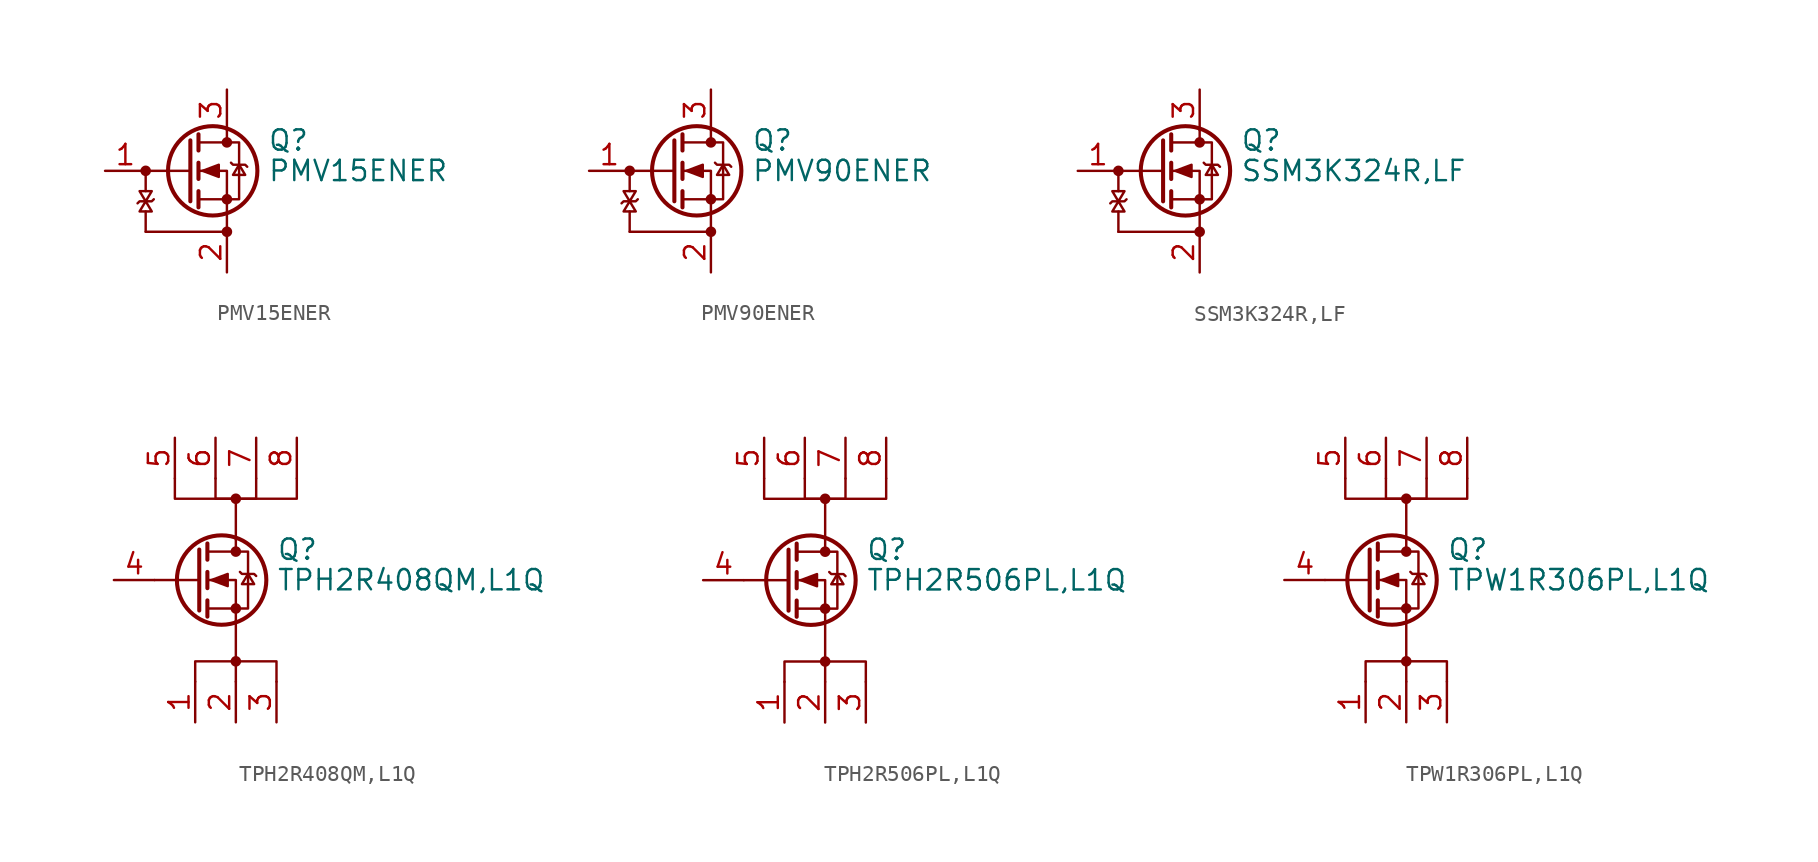
<source format=kicad_sym>
(kicad_symbol_lib
  (version 20220914)
  (generator kicad_symbol_editor)
  (symbol "PMV15ENER"
    (pin_names hide)
    (property "Reference" "Q"
      (at 5.08 1.905 0)
      (effects (font (size 1.27 1.27)) (justify left)))
    (property "Value" "PMV15ENER"
      (at 5.08 0 0)
      (effects (font (size 1.27 1.27)) (justify left)))
    (symbol "PMV15ENER_0_1"
      (circle (center -2.54 0) (radius 0.254) (stroke (width 0) (type default)) (fill (type outline)))
      (polyline (pts (xy -2.54 -3.81) (xy -2.54 -2.54)) (stroke (width 0) (type default)) (fill (type none)))
      (polyline (pts (xy -2.54 -3.81) (xy 2.54 -3.81)) (stroke (width 0) (type default)) (fill (type none)))
      (polyline (pts (xy -2.54 0) (xy -2.54 -1.27)) (stroke (width 0) (type default)) (fill (type none)))
      (polyline (pts (xy 0.254 0) (xy -2.54 0)) (stroke (width 0) (type default)) (fill (type none)))
      (polyline (pts (xy 0.254 1.905) (xy 0.254 -1.905)) (stroke (width 0.254) (type default)) (fill (type none)))
      (polyline (pts (xy 0.762 -1.27) (xy 0.762 -2.286)) (stroke (width 0.254) (type default)) (fill (type none)))
      (polyline (pts (xy 0.762 0.508) (xy 0.762 -0.508)) (stroke (width 0.254) (type default)) (fill (type none)))
      (polyline (pts (xy 0.762 2.286) (xy 0.762 1.27)) (stroke (width 0.254) (type default)) (fill (type none)))
      (polyline (pts (xy 2.54 2.54) (xy 2.54 1.778)) (stroke (width 0) (type default)) (fill (type none)))
      (polyline (pts (xy 2.54 -3.81) (xy 2.54 0) (xy 0.762 0)) (stroke (width 0) (type default)) (fill (type none)))
      (polyline (pts (xy -2.54 -1.905) (xy -2.921 -1.27) (xy -2.159 -1.27) (xy -2.54 -1.905)) (stroke (width 0) (type default)) (fill (type none)))
      (polyline (pts (xy -2.54 -1.905) (xy -2.159 -2.54) (xy -2.921 -2.54) (xy -2.54 -1.905)) (stroke (width 0) (type default)) (fill (type none)))
      (polyline (pts (xy -2.032 -1.778) (xy -2.159 -1.905) (xy -2.921 -1.905) (xy -3.048 -2.032)) (stroke (width 0) (type default)) (fill (type none)))
      (polyline (pts (xy 0.762 -1.778) (xy 3.302 -1.778) (xy 3.302 1.778) (xy 0.762 1.778)) (stroke (width 0) (type default)) (fill (type none)))
      (polyline (pts (xy 1.016 0) (xy 2.032 0.381) (xy 2.032 -0.381) (xy 1.016 0)) (stroke (width 0) (type default)) (fill (type outline)))
      (polyline (pts (xy 2.794 0.508) (xy 2.921 0.381) (xy 3.683 0.381) (xy 3.81 0.254)) (stroke (width 0) (type default)) (fill (type none)))
      (polyline (pts (xy 3.302 0.381) (xy 2.921 -0.254) (xy 3.683 -0.254) (xy 3.302 0.381)) (stroke (width 0) (type default)) (fill (type none)))
      (circle (center 1.651 0) (radius 2.794) (stroke (width 0.254) (type default)) (fill (type none)))
      (circle (center 2.54 -3.81) (radius 0.254) (stroke (width 0) (type default)) (fill (type outline)))
      (circle (center 2.54 -1.778) (radius 0.254) (stroke (width 0) (type default)) (fill (type outline)))
      (circle (center 2.54 1.778) (radius 0.254) (stroke (width 0) (type default)) (fill (type outline))))
    (symbol "PMV15ENER_1_1"
      (pin input line (at -5.08 0 0) (length 2.54) (name "G" (effects (font (size 1.27 1.27)))) (number "1" (effects (font (size 1.27 1.27)))))
      (pin passive line (at 2.54 -6.35 90) (length 2.54) (name "S" (effects (font (size 1.27 1.27)))) (number "2" (effects (font (size 1.27 1.27)))))
      (pin passive line (at 2.54 5.08 270) (length 2.54) (name "D" (effects (font (size 1.27 1.27)))) (number "3" (effects (font (size 1.27 1.27)))))))
  (symbol "PMV90ENER"
    (pin_names hide)
    (property "Reference" "Q"
      (at 5.08 1.905 0)
      (effects (font (size 1.27 1.27)) (justify left)))
    (property "Value" "PMV90ENER"
      (at 5.08 0 0)
      (effects (font (size 1.27 1.27)) (justify left)))
    (symbol "PMV90ENER_0_1"
      (circle (center -2.54 0) (radius 0.254) (stroke (width 0) (type default)) (fill (type outline)))
      (polyline (pts (xy -2.54 -3.81) (xy -2.54 -2.54)) (stroke (width 0) (type default)) (fill (type none)))
      (polyline (pts (xy -2.54 -3.81) (xy 2.54 -3.81)) (stroke (width 0) (type default)) (fill (type none)))
      (polyline (pts (xy -2.54 0) (xy -2.54 -1.27)) (stroke (width 0) (type default)) (fill (type none)))
      (polyline (pts (xy 0.254 0) (xy -2.54 0)) (stroke (width 0) (type default)) (fill (type none)))
      (polyline (pts (xy 0.254 1.905) (xy 0.254 -1.905)) (stroke (width 0.254) (type default)) (fill (type none)))
      (polyline (pts (xy 0.762 -1.27) (xy 0.762 -2.286)) (stroke (width 0.254) (type default)) (fill (type none)))
      (polyline (pts (xy 0.762 0.508) (xy 0.762 -0.508)) (stroke (width 0.254) (type default)) (fill (type none)))
      (polyline (pts (xy 0.762 2.286) (xy 0.762 1.27)) (stroke (width 0.254) (type default)) (fill (type none)))
      (polyline (pts (xy 2.54 2.54) (xy 2.54 1.778)) (stroke (width 0) (type default)) (fill (type none)))
      (polyline (pts (xy 2.54 -3.81) (xy 2.54 0) (xy 0.762 0)) (stroke (width 0) (type default)) (fill (type none)))
      (polyline (pts (xy -2.54 -1.905) (xy -2.921 -1.27) (xy -2.159 -1.27) (xy -2.54 -1.905)) (stroke (width 0) (type default)) (fill (type none)))
      (polyline (pts (xy -2.54 -1.905) (xy -2.159 -2.54) (xy -2.921 -2.54) (xy -2.54 -1.905)) (stroke (width 0) (type default)) (fill (type none)))
      (polyline (pts (xy -2.032 -1.778) (xy -2.159 -1.905) (xy -2.921 -1.905) (xy -3.048 -2.032)) (stroke (width 0) (type default)) (fill (type none)))
      (polyline (pts (xy 0.762 -1.778) (xy 3.302 -1.778) (xy 3.302 1.778) (xy 0.762 1.778)) (stroke (width 0) (type default)) (fill (type none)))
      (polyline (pts (xy 1.016 0) (xy 2.032 0.381) (xy 2.032 -0.381) (xy 1.016 0)) (stroke (width 0) (type default)) (fill (type outline)))
      (polyline (pts (xy 2.794 0.508) (xy 2.921 0.381) (xy 3.683 0.381) (xy 3.81 0.254)) (stroke (width 0) (type default)) (fill (type none)))
      (polyline (pts (xy 3.302 0.381) (xy 2.921 -0.254) (xy 3.683 -0.254) (xy 3.302 0.381)) (stroke (width 0) (type default)) (fill (type none)))
      (circle (center 1.651 0) (radius 2.794) (stroke (width 0.254) (type default)) (fill (type none)))
      (circle (center 2.54 -3.81) (radius 0.254) (stroke (width 0) (type default)) (fill (type outline)))
      (circle (center 2.54 -1.778) (radius 0.254) (stroke (width 0) (type default)) (fill (type outline)))
      (circle (center 2.54 1.778) (radius 0.254) (stroke (width 0) (type default)) (fill (type outline))))
    (symbol "PMV90ENER_1_1"
      (pin input line (at -5.08 0 0) (length 2.54) (name "G" (effects (font (size 1.27 1.27)))) (number "1" (effects (font (size 1.27 1.27)))))
      (pin passive line (at 2.54 -6.35 90) (length 2.54) (name "S" (effects (font (size 1.27 1.27)))) (number "2" (effects (font (size 1.27 1.27)))))
      (pin passive line (at 2.54 5.08 270) (length 2.54) (name "D" (effects (font (size 1.27 1.27)))) (number "3" (effects (font (size 1.27 1.27)))))))
  (symbol "SSM3K324R,LF"
    (pin_names hide)
    (property "Reference" "Q"
      (at 5.08 1.905 0)
      (effects (font (size 1.27 1.27)) (justify left)))
    (property "Value" "SSM3K324R,LF"
      (at 5.08 0 0)
      (effects (font (size 1.27 1.27)) (justify left)))
    (symbol "SSM3K324R,LF_0_1"
      (circle (center -2.54 0) (radius 0.254) (stroke (width 0) (type default)) (fill (type outline)))
      (polyline (pts (xy -2.54 -3.81) (xy -2.54 -2.54)) (stroke (width 0) (type default)) (fill (type none)))
      (polyline (pts (xy -2.54 -3.81) (xy 2.54 -3.81)) (stroke (width 0) (type default)) (fill (type none)))
      (polyline (pts (xy -2.54 0) (xy -2.54 -1.27)) (stroke (width 0) (type default)) (fill (type none)))
      (polyline (pts (xy 0.254 0) (xy -2.54 0)) (stroke (width 0) (type default)) (fill (type none)))
      (polyline (pts (xy 0.254 1.905) (xy 0.254 -1.905)) (stroke (width 0.254) (type default)) (fill (type none)))
      (polyline (pts (xy 0.762 -1.27) (xy 0.762 -2.286)) (stroke (width 0.254) (type default)) (fill (type none)))
      (polyline (pts (xy 0.762 0.508) (xy 0.762 -0.508)) (stroke (width 0.254) (type default)) (fill (type none)))
      (polyline (pts (xy 0.762 2.286) (xy 0.762 1.27)) (stroke (width 0.254) (type default)) (fill (type none)))
      (polyline (pts (xy 2.54 2.54) (xy 2.54 1.778)) (stroke (width 0) (type default)) (fill (type none)))
      (polyline (pts (xy 2.54 -3.81) (xy 2.54 0) (xy 0.762 0)) (stroke (width 0) (type default)) (fill (type none)))
      (polyline (pts (xy -2.54 -1.905) (xy -2.921 -1.27) (xy -2.159 -1.27) (xy -2.54 -1.905)) (stroke (width 0) (type default)) (fill (type none)))
      (polyline (pts (xy -2.54 -1.905) (xy -2.159 -2.54) (xy -2.921 -2.54) (xy -2.54 -1.905)) (stroke (width 0) (type default)) (fill (type none)))
      (polyline (pts (xy -2.032 -1.778) (xy -2.159 -1.905) (xy -2.921 -1.905) (xy -3.048 -2.032)) (stroke (width 0) (type default)) (fill (type none)))
      (polyline (pts (xy 0.762 -1.778) (xy 3.302 -1.778) (xy 3.302 1.778) (xy 0.762 1.778)) (stroke (width 0) (type default)) (fill (type none)))
      (polyline (pts (xy 1.016 0) (xy 2.032 0.381) (xy 2.032 -0.381) (xy 1.016 0)) (stroke (width 0) (type default)) (fill (type outline)))
      (polyline (pts (xy 2.794 0.508) (xy 2.921 0.381) (xy 3.683 0.381) (xy 3.81 0.254)) (stroke (width 0) (type default)) (fill (type none)))
      (polyline (pts (xy 3.302 0.381) (xy 2.921 -0.254) (xy 3.683 -0.254) (xy 3.302 0.381)) (stroke (width 0) (type default)) (fill (type none)))
      (circle (center 1.651 0) (radius 2.794) (stroke (width 0.254) (type default)) (fill (type none)))
      (circle (center 2.54 -3.81) (radius 0.254) (stroke (width 0) (type default)) (fill (type outline)))
      (circle (center 2.54 -1.778) (radius 0.254) (stroke (width 0) (type default)) (fill (type outline)))
      (circle (center 2.54 1.778) (radius 0.254) (stroke (width 0) (type default)) (fill (type outline))))
    (symbol "SSM3K324R,LF_1_1"
      (pin input line (at -5.08 0 0) (length 2.54) (name "G" (effects (font (size 1.27 1.27)))) (number "1" (effects (font (size 1.27 1.27)))))
      (pin passive line (at 2.54 -6.35 90) (length 2.54) (name "S" (effects (font (size 1.27 1.27)))) (number "2" (effects (font (size 1.27 1.27)))))
      (pin passive line (at 2.54 5.08 270) (length 2.54) (name "D" (effects (font (size 1.27 1.27)))) (number "3" (effects (font (size 1.27 1.27)))))))
  (symbol "TPH2R408QM,L1Q"
    (pin_names hide)
    (property "Reference" "Q"
      (at 5.08 1.905 0)
      (effects (font (size 1.27 1.27)) (justify left)))
    (property "Value" "TPH2R408QM,L1Q"
      (at 5.08 0 0)
      (effects (font (size 1.27 1.27)) (justify left)))
    (symbol "TPH2R408QM,L1Q_0_1"
      (polyline (pts (xy 0.254 0) (xy -2.54 0)) (stroke (width 0) (type default)) (fill (type none)))
      (polyline (pts (xy 0.254 1.905) (xy 0.254 -1.905)) (stroke (width 0.254) (type default)) (fill (type none)))
      (polyline (pts (xy 0.762 -1.27) (xy 0.762 -2.286)) (stroke (width 0.254) (type default)) (fill (type none)))
      (polyline (pts (xy 0.762 0.508) (xy 0.762 -0.508)) (stroke (width 0.254) (type default)) (fill (type none)))
      (polyline (pts (xy 0.762 2.286) (xy 0.762 1.27)) (stroke (width 0.254) (type default)) (fill (type none)))
      (polyline (pts (xy 2.54 -6.35) (xy 2.54 -2.54)) (stroke (width 0) (type default)) (fill (type none)))
      (polyline (pts (xy 2.54 2.54) (xy 2.54 1.778)) (stroke (width 0) (type default)) (fill (type none)))
      (polyline (pts (xy 2.54 2.54) (xy 2.54 5.08)) (stroke (width 0) (type default)) (fill (type none)))
      (polyline (pts (xy 2.54 -2.54) (xy 2.54 0) (xy 0.762 0)) (stroke (width 0) (type default)) (fill (type none)))
      (polyline (pts (xy -1.27 6.35) (xy -1.27 5.08) (xy 3.81 5.08) (xy 3.81 6.35)) (stroke (width 0) (type default)) (fill (type none)))
      (polyline (pts (xy 0.762 -1.778) (xy 3.302 -1.778) (xy 3.302 1.778) (xy 0.762 1.778)) (stroke (width 0) (type default)) (fill (type none)))
      (polyline (pts (xy 1.016 0) (xy 2.032 0.381) (xy 2.032 -0.381) (xy 1.016 0)) (stroke (width 0) (type default)) (fill (type outline)))
      (polyline (pts (xy 1.27 6.35) (xy 1.27 5.08) (xy 6.35 5.08) (xy 6.35 6.35)) (stroke (width 0) (type default)) (fill (type none)))
      (polyline (pts (xy 2.794 0.508) (xy 2.921 0.381) (xy 3.683 0.381) (xy 3.81 0.254)) (stroke (width 0) (type default)) (fill (type none)))
      (polyline (pts (xy 3.302 0.381) (xy 2.921 -0.254) (xy 3.683 -0.254) (xy 3.302 0.381)) (stroke (width 0) (type default)) (fill (type none)))
      (polyline (pts (xy 5.08 -6.35) (xy 5.08 -5.08) (xy 0 -5.08) (xy 0 -6.35)) (stroke (width 0) (type default)) (fill (type none)))
      (circle (center 1.651 0) (radius 2.794) (stroke (width 0.254) (type default)) (fill (type none)))
      (circle (center 2.54 -5.08) (radius 0.254) (stroke (width 0) (type default)) (fill (type outline)))
      (circle (center 2.54 -1.778) (radius 0.254) (stroke (width 0) (type default)) (fill (type outline)))
      (circle (center 2.54 1.778) (radius 0.254) (stroke (width 0) (type default)) (fill (type outline)))
      (circle (center 2.54 5.08) (radius 0.254) (stroke (width 0) (type default)) (fill (type outline))))
    (symbol "TPH2R408QM,L1Q_1_1"
      (pin passive line (at 0 -8.89 90) (length 2.54) (name "S" (effects (font (size 1.27 1.27)))) (number "1" (effects (font (size 1.27 1.27)))))
      (pin passive line (at 2.54 -8.89 90) (length 2.54) (name "S" (effects (font (size 1.27 1.27)))) (number "2" (effects (font (size 1.27 1.27)))))
      (pin passive line (at 5.08 -8.89 90) (length 2.54) (name "S" (effects (font (size 1.27 1.27)))) (number "3" (effects (font (size 1.27 1.27)))))
      (pin input line (at -5.08 0 0) (length 2.54) (name "G" (effects (font (size 1.27 1.27)))) (number "4" (effects (font (size 1.27 1.27)))))
      (pin passive line (at -1.27 8.89 270) (length 2.54) (name "D" (effects (font (size 1.27 1.27)))) (number "5" (effects (font (size 1.27 1.27)))))
      (pin passive line (at 1.27 8.89 270) (length 2.54) (name "D" (effects (font (size 1.27 1.27)))) (number "6" (effects (font (size 1.27 1.27)))))
      (pin passive line (at 3.81 8.89 270) (length 2.54) (name "D" (effects (font (size 1.27 1.27)))) (number "7" (effects (font (size 1.27 1.27)))))
      (pin passive line (at 6.35 8.89 270) (length 2.54) (name "D" (effects (font (size 1.27 1.27)))) (number "8" (effects (font (size 1.27 1.27)))))))
  (symbol "TPH2R506PL,L1Q"
    (pin_names hide)
    (property "Reference" "Q"
      (at 5.08 1.905 0)
      (effects (font (size 1.27 1.27)) (justify left)))
    (property "Value" "TPH2R506PL,L1Q"
      (at 5.08 0 0)
      (effects (font (size 1.27 1.27)) (justify left)))
    (symbol "TPH2R506PL,L1Q_0_1"
      (polyline (pts (xy 0.254 0) (xy -2.54 0)) (stroke (width 0) (type default)) (fill (type none)))
      (polyline (pts (xy 0.254 1.905) (xy 0.254 -1.905)) (stroke (width 0.254) (type default)) (fill (type none)))
      (polyline (pts (xy 0.762 -1.27) (xy 0.762 -2.286)) (stroke (width 0.254) (type default)) (fill (type none)))
      (polyline (pts (xy 0.762 0.508) (xy 0.762 -0.508)) (stroke (width 0.254) (type default)) (fill (type none)))
      (polyline (pts (xy 0.762 2.286) (xy 0.762 1.27)) (stroke (width 0.254) (type default)) (fill (type none)))
      (polyline (pts (xy 2.54 -6.35) (xy 2.54 -2.54)) (stroke (width 0) (type default)) (fill (type none)))
      (polyline (pts (xy 2.54 2.54) (xy 2.54 1.778)) (stroke (width 0) (type default)) (fill (type none)))
      (polyline (pts (xy 2.54 2.54) (xy 2.54 5.08)) (stroke (width 0) (type default)) (fill (type none)))
      (polyline (pts (xy 2.54 -2.54) (xy 2.54 0) (xy 0.762 0)) (stroke (width 0) (type default)) (fill (type none)))
      (polyline (pts (xy -1.27 6.35) (xy -1.27 5.08) (xy 3.81 5.08) (xy 3.81 6.35)) (stroke (width 0) (type default)) (fill (type none)))
      (polyline (pts (xy 0.762 -1.778) (xy 3.302 -1.778) (xy 3.302 1.778) (xy 0.762 1.778)) (stroke (width 0) (type default)) (fill (type none)))
      (polyline (pts (xy 1.016 0) (xy 2.032 0.381) (xy 2.032 -0.381) (xy 1.016 0)) (stroke (width 0) (type default)) (fill (type outline)))
      (polyline (pts (xy 1.27 6.35) (xy 1.27 5.08) (xy 6.35 5.08) (xy 6.35 6.35)) (stroke (width 0) (type default)) (fill (type none)))
      (polyline (pts (xy 2.794 0.508) (xy 2.921 0.381) (xy 3.683 0.381) (xy 3.81 0.254)) (stroke (width 0) (type default)) (fill (type none)))
      (polyline (pts (xy 3.302 0.381) (xy 2.921 -0.254) (xy 3.683 -0.254) (xy 3.302 0.381)) (stroke (width 0) (type default)) (fill (type none)))
      (polyline (pts (xy 5.08 -6.35) (xy 5.08 -5.08) (xy 0 -5.08) (xy 0 -6.35)) (stroke (width 0) (type default)) (fill (type none)))
      (circle (center 1.651 0) (radius 2.794) (stroke (width 0.254) (type default)) (fill (type none)))
      (circle (center 2.54 -5.08) (radius 0.254) (stroke (width 0) (type default)) (fill (type outline)))
      (circle (center 2.54 -1.778) (radius 0.254) (stroke (width 0) (type default)) (fill (type outline)))
      (circle (center 2.54 1.778) (radius 0.254) (stroke (width 0) (type default)) (fill (type outline)))
      (circle (center 2.54 5.08) (radius 0.254) (stroke (width 0) (type default)) (fill (type outline))))
    (symbol "TPH2R506PL,L1Q_1_1"
      (pin passive line (at 0 -8.89 90) (length 2.54) (name "S" (effects (font (size 1.27 1.27)))) (number "1" (effects (font (size 1.27 1.27)))))
      (pin passive line (at 2.54 -8.89 90) (length 2.54) (name "S" (effects (font (size 1.27 1.27)))) (number "2" (effects (font (size 1.27 1.27)))))
      (pin passive line (at 5.08 -8.89 90) (length 2.54) (name "S" (effects (font (size 1.27 1.27)))) (number "3" (effects (font (size 1.27 1.27)))))
      (pin input line (at -5.08 0 0) (length 2.54) (name "G" (effects (font (size 1.27 1.27)))) (number "4" (effects (font (size 1.27 1.27)))))
      (pin passive line (at -1.27 8.89 270) (length 2.54) (name "D" (effects (font (size 1.27 1.27)))) (number "5" (effects (font (size 1.27 1.27)))))
      (pin passive line (at 1.27 8.89 270) (length 2.54) (name "D" (effects (font (size 1.27 1.27)))) (number "6" (effects (font (size 1.27 1.27)))))
      (pin passive line (at 3.81 8.89 270) (length 2.54) (name "D" (effects (font (size 1.27 1.27)))) (number "7" (effects (font (size 1.27 1.27)))))
      (pin passive line (at 6.35 8.89 270) (length 2.54) (name "D" (effects (font (size 1.27 1.27)))) (number "8" (effects (font (size 1.27 1.27)))))))
  (symbol "TPW1R306PL,L1Q"
    (pin_names hide)
    (property "Reference" "Q"
      (at 5.08 1.905 0)
      (effects (font (size 1.27 1.27)) (justify left)))
    (property "Value" "TPW1R306PL,L1Q"
      (at 5.08 0 0)
      (effects (font (size 1.27 1.27)) (justify left)))
    (symbol "TPW1R306PL,L1Q_0_1"
      (polyline (pts (xy 0.254 0) (xy -2.54 0)) (stroke (width 0) (type default)) (fill (type none)))
      (polyline (pts (xy 0.254 1.905) (xy 0.254 -1.905)) (stroke (width 0.254) (type default)) (fill (type none)))
      (polyline (pts (xy 0.762 -1.27) (xy 0.762 -2.286)) (stroke (width 0.254) (type default)) (fill (type none)))
      (polyline (pts (xy 0.762 0.508) (xy 0.762 -0.508)) (stroke (width 0.254) (type default)) (fill (type none)))
      (polyline (pts (xy 0.762 2.286) (xy 0.762 1.27)) (stroke (width 0.254) (type default)) (fill (type none)))
      (polyline (pts (xy 2.54 -6.35) (xy 2.54 -2.54)) (stroke (width 0) (type default)) (fill (type none)))
      (polyline (pts (xy 2.54 2.54) (xy 2.54 1.778)) (stroke (width 0) (type default)) (fill (type none)))
      (polyline (pts (xy 2.54 2.54) (xy 2.54 5.08)) (stroke (width 0) (type default)) (fill (type none)))
      (polyline (pts (xy 2.54 -2.54) (xy 2.54 0) (xy 0.762 0)) (stroke (width 0) (type default)) (fill (type none)))
      (polyline (pts (xy -1.27 6.35) (xy -1.27 5.08) (xy 3.81 5.08) (xy 3.81 6.35)) (stroke (width 0) (type default)) (fill (type none)))
      (polyline (pts (xy 0.762 -1.778) (xy 3.302 -1.778) (xy 3.302 1.778) (xy 0.762 1.778)) (stroke (width 0) (type default)) (fill (type none)))
      (polyline (pts (xy 1.016 0) (xy 2.032 0.381) (xy 2.032 -0.381) (xy 1.016 0)) (stroke (width 0) (type default)) (fill (type outline)))
      (polyline (pts (xy 1.27 6.35) (xy 1.27 5.08) (xy 6.35 5.08) (xy 6.35 6.35)) (stroke (width 0) (type default)) (fill (type none)))
      (polyline (pts (xy 2.794 0.508) (xy 2.921 0.381) (xy 3.683 0.381) (xy 3.81 0.254)) (stroke (width 0) (type default)) (fill (type none)))
      (polyline (pts (xy 3.302 0.381) (xy 2.921 -0.254) (xy 3.683 -0.254) (xy 3.302 0.381)) (stroke (width 0) (type default)) (fill (type none)))
      (polyline (pts (xy 5.08 -6.35) (xy 5.08 -5.08) (xy 0 -5.08) (xy 0 -6.35)) (stroke (width 0) (type default)) (fill (type none)))
      (circle (center 1.651 0) (radius 2.794) (stroke (width 0.254) (type default)) (fill (type none)))
      (circle (center 2.54 -5.08) (radius 0.254) (stroke (width 0) (type default)) (fill (type outline)))
      (circle (center 2.54 -1.778) (radius 0.254) (stroke (width 0) (type default)) (fill (type outline)))
      (circle (center 2.54 1.778) (radius 0.254) (stroke (width 0) (type default)) (fill (type outline)))
      (circle (center 2.54 5.08) (radius 0.254) (stroke (width 0) (type default)) (fill (type outline))))
    (symbol "TPW1R306PL,L1Q_1_1"
      (pin passive line (at 0 -8.89 90) (length 2.54) (name "S" (effects (font (size 1.27 1.27)))) (number "1" (effects (font (size 1.27 1.27)))))
      (pin passive line (at 2.54 -8.89 90) (length 2.54) (name "S" (effects (font (size 1.27 1.27)))) (number "2" (effects (font (size 1.27 1.27)))))
      (pin passive line (at 5.08 -8.89 90) (length 2.54) (name "S" (effects (font (size 1.27 1.27)))) (number "3" (effects (font (size 1.27 1.27)))))
      (pin input line (at -5.08 0 0) (length 2.54) (name "G" (effects (font (size 1.27 1.27)))) (number "4" (effects (font (size 1.27 1.27)))))
      (pin passive line (at -1.27 8.89 270) (length 2.54) (name "D" (effects (font (size 1.27 1.27)))) (number "5" (effects (font (size 1.27 1.27)))))
      (pin passive line (at 1.27 8.89 270) (length 2.54) (name "D" (effects (font (size 1.27 1.27)))) (number "6" (effects (font (size 1.27 1.27)))))
      (pin passive line (at 3.81 8.89 270) (length 2.54) (name "D" (effects (font (size 1.27 1.27)))) (number "7" (effects (font (size 1.27 1.27)))))
      (pin passive line (at 6.35 8.89 270) (length 2.54) (name "D" (effects (font (size 1.27 1.27)))) (number "8" (effects (font (size 1.27 1.27))))))))
</source>
